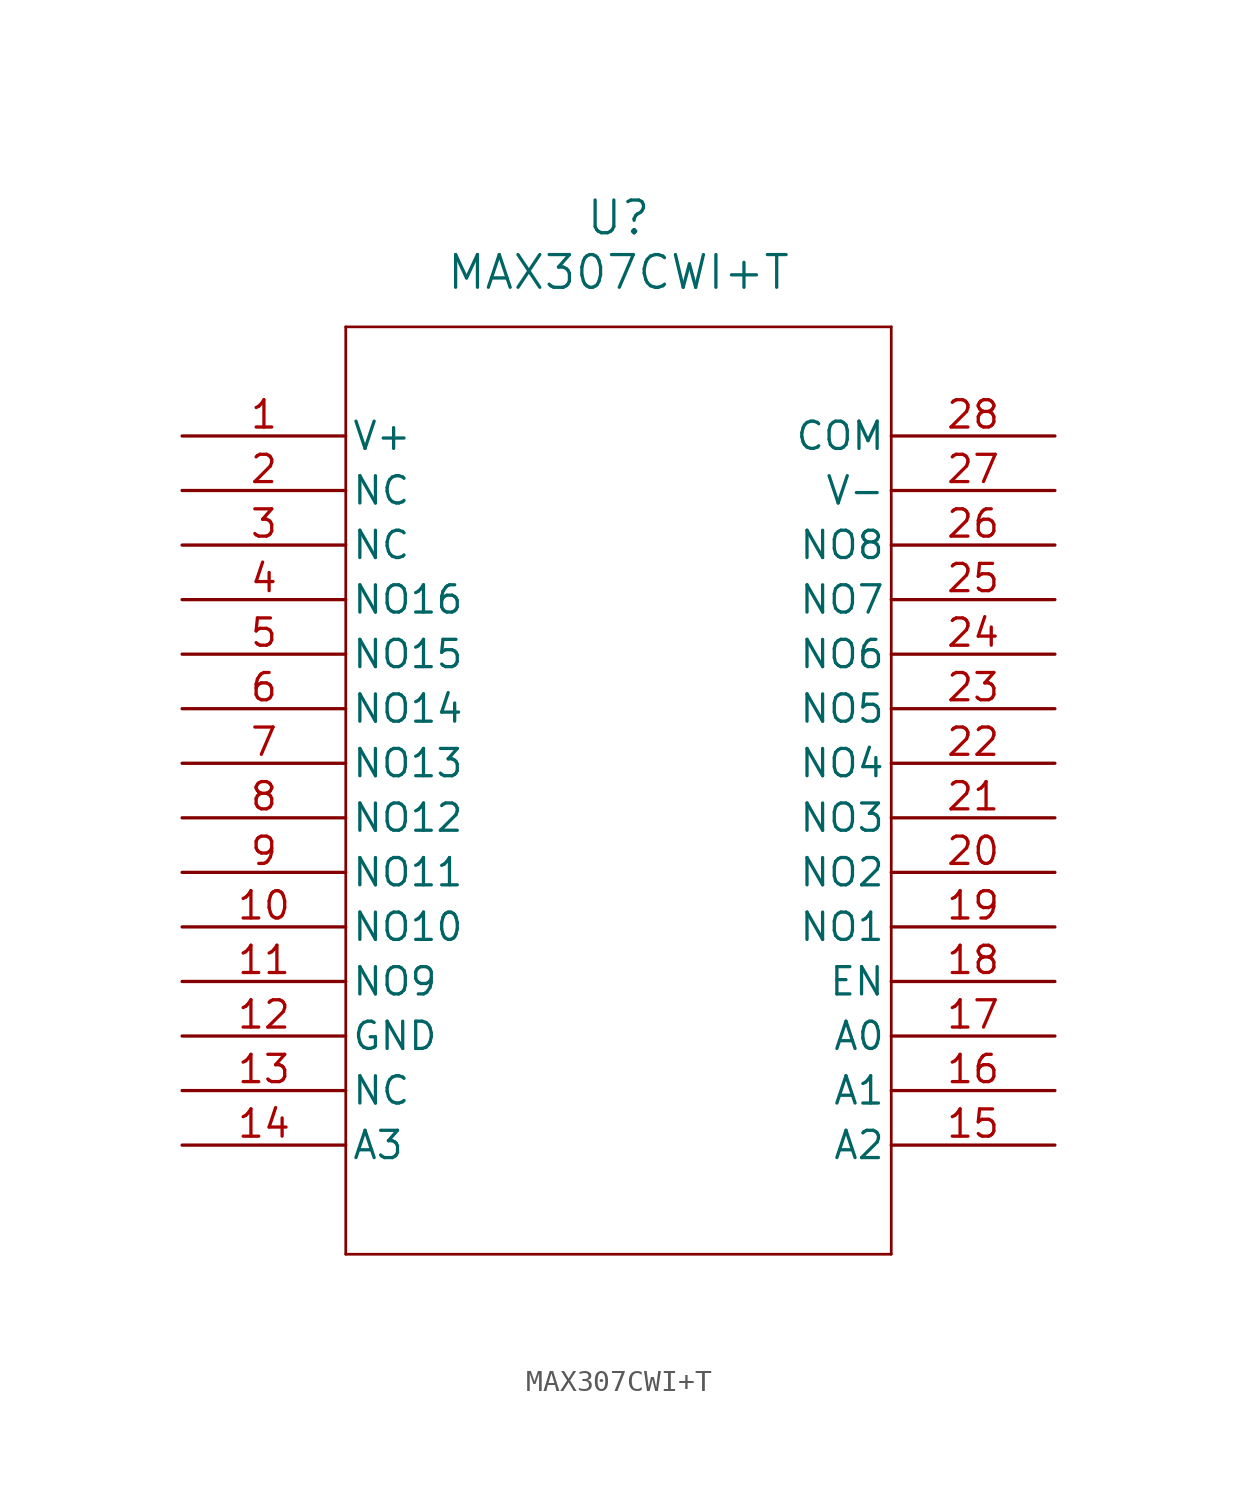
<source format=kicad_sym>
(kicad_symbol_lib
  (version 20211014)
  (generator kicad_symbol_editor)
  (symbol "MAX307CWI+T"
    (pin_names
      (offset 0.254))
    (property "Reference" "U"
      (at 20.32 10.16 0)
      (effects (font (size 1.524 1.524))))
    (property "Value" "MAX307CWI+T"
      (at 20.32 7.62 0)
      (effects (font (size 1.524 1.524))))
    (symbol "MAX307CWI+T_0_1"
      (polyline (pts (xy 7.62 5.08) (xy 7.62 -38.1)) (stroke (width 0.127) (type default) (color 0 0 0 0)) (fill (type none)))
      (polyline (pts (xy 7.62 -38.1) (xy 33.02 -38.1)) (stroke (width 0.127) (type default) (color 0 0 0 0)) (fill (type none)))
      (polyline (pts (xy 33.02 -38.1) (xy 33.02 5.08)) (stroke (width 0.127) (type default) (color 0 0 0 0)) (fill (type none)))
      (polyline (pts (xy 33.02 5.08) (xy 7.62 5.08)) (stroke (width 0.127) (type default) (color 0 0 0 0)) (fill (type none)))
      (pin power_in line (at 0 0 0) (length 7.62) (name "V+" (effects (font (size 1.27 1.27)))) (number "1" (effects (font (size 1.27 1.27)))))
      (pin unspecified line (at 0 -2.54 0) (length 7.62) (name "NC" (effects (font (size 1.27 1.27)))) (number "2" (effects (font (size 1.27 1.27)))))
      (pin unspecified line (at 0 -5.08 0) (length 7.62) (name "NC" (effects (font (size 1.27 1.27)))) (number "3" (effects (font (size 1.27 1.27)))))
      (pin input line (at 0 -7.62 0) (length 7.62) (name "NO16" (effects (font (size 1.27 1.27)))) (number "4" (effects (font (size 1.27 1.27)))))
      (pin input line (at 0 -10.16 0) (length 7.62) (name "NO15" (effects (font (size 1.27 1.27)))) (number "5" (effects (font (size 1.27 1.27)))))
      (pin input line (at 0 -12.7 0) (length 7.62) (name "NO14" (effects (font (size 1.27 1.27)))) (number "6" (effects (font (size 1.27 1.27)))))
      (pin input line (at 0 -15.24 0) (length 7.62) (name "NO13" (effects (font (size 1.27 1.27)))) (number "7" (effects (font (size 1.27 1.27)))))
      (pin input line (at 0 -17.78 0) (length 7.62) (name "NO12" (effects (font (size 1.27 1.27)))) (number "8" (effects (font (size 1.27 1.27)))))
      (pin input line (at 0 -20.32 0) (length 7.62) (name "NO11" (effects (font (size 1.27 1.27)))) (number "9" (effects (font (size 1.27 1.27)))))
      (pin input line (at 0 -22.86 0) (length 7.62) (name "NO10" (effects (font (size 1.27 1.27)))) (number "10" (effects (font (size 1.27 1.27)))))
      (pin input line (at 0 -25.4 0) (length 7.62) (name "NO9" (effects (font (size 1.27 1.27)))) (number "11" (effects (font (size 1.27 1.27)))))
      (pin power_in line (at 0 -27.94 0) (length 7.62) (name "GND" (effects (font (size 1.27 1.27)))) (number "12" (effects (font (size 1.27 1.27)))))
      (pin unspecified line (at 0 -30.48 0) (length 7.62) (name "NC" (effects (font (size 1.27 1.27)))) (number "13" (effects (font (size 1.27 1.27)))))
      (pin unspecified line (at 0 -33.02 0) (length 7.62) (name "A3" (effects (font (size 1.27 1.27)))) (number "14" (effects (font (size 1.27 1.27)))))
      (pin input line (at 40.64 -33.02 180) (length 7.62) (name "A2" (effects (font (size 1.27 1.27)))) (number "15" (effects (font (size 1.27 1.27)))))
      (pin input line (at 40.64 -30.48 180) (length 7.62) (name "A1" (effects (font (size 1.27 1.27)))) (number "16" (effects (font (size 1.27 1.27)))))
      (pin input line (at 40.64 -27.94 180) (length 7.62) (name "A0" (effects (font (size 1.27 1.27)))) (number "17" (effects (font (size 1.27 1.27)))))
      (pin input line (at 40.64 -25.4 180) (length 7.62) (name "EN" (effects (font (size 1.27 1.27)))) (number "18" (effects (font (size 1.27 1.27)))))
      (pin input line (at 40.64 -22.86 180) (length 7.62) (name "NO1" (effects (font (size 1.27 1.27)))) (number "19" (effects (font (size 1.27 1.27)))))
      (pin input line (at 40.64 -20.32 180) (length 7.62) (name "NO2" (effects (font (size 1.27 1.27)))) (number "20" (effects (font (size 1.27 1.27)))))
      (pin input line (at 40.64 -17.78 180) (length 7.62) (name "NO3" (effects (font (size 1.27 1.27)))) (number "21" (effects (font (size 1.27 1.27)))))
      (pin input line (at 40.64 -15.24 180) (length 7.62) (name "NO4" (effects (font (size 1.27 1.27)))) (number "22" (effects (font (size 1.27 1.27)))))
      (pin input line (at 40.64 -12.7 180) (length 7.62) (name "NO5" (effects (font (size 1.27 1.27)))) (number "23" (effects (font (size 1.27 1.27)))))
      (pin input line (at 40.64 -10.16 180) (length 7.62) (name "NO6" (effects (font (size 1.27 1.27)))) (number "24" (effects (font (size 1.27 1.27)))))
      (pin input line (at 40.64 -7.62 180) (length 7.62) (name "NO7" (effects (font (size 1.27 1.27)))) (number "25" (effects (font (size 1.27 1.27)))))
      (pin input line (at 40.64 -5.08 180) (length 7.62) (name "NO8" (effects (font (size 1.27 1.27)))) (number "26" (effects (font (size 1.27 1.27)))))
      (pin power_in line (at 40.64 -2.54 180) (length 7.62) (name "V-" (effects (font (size 1.27 1.27)))) (number "27" (effects (font (size 1.27 1.27)))))
      (pin unspecified line (at 40.64 0 180) (length 7.62) (name "COM" (effects (font (size 1.27 1.27)))) (number "28" (effects (font (size 1.27 1.27))))))))
</source>
